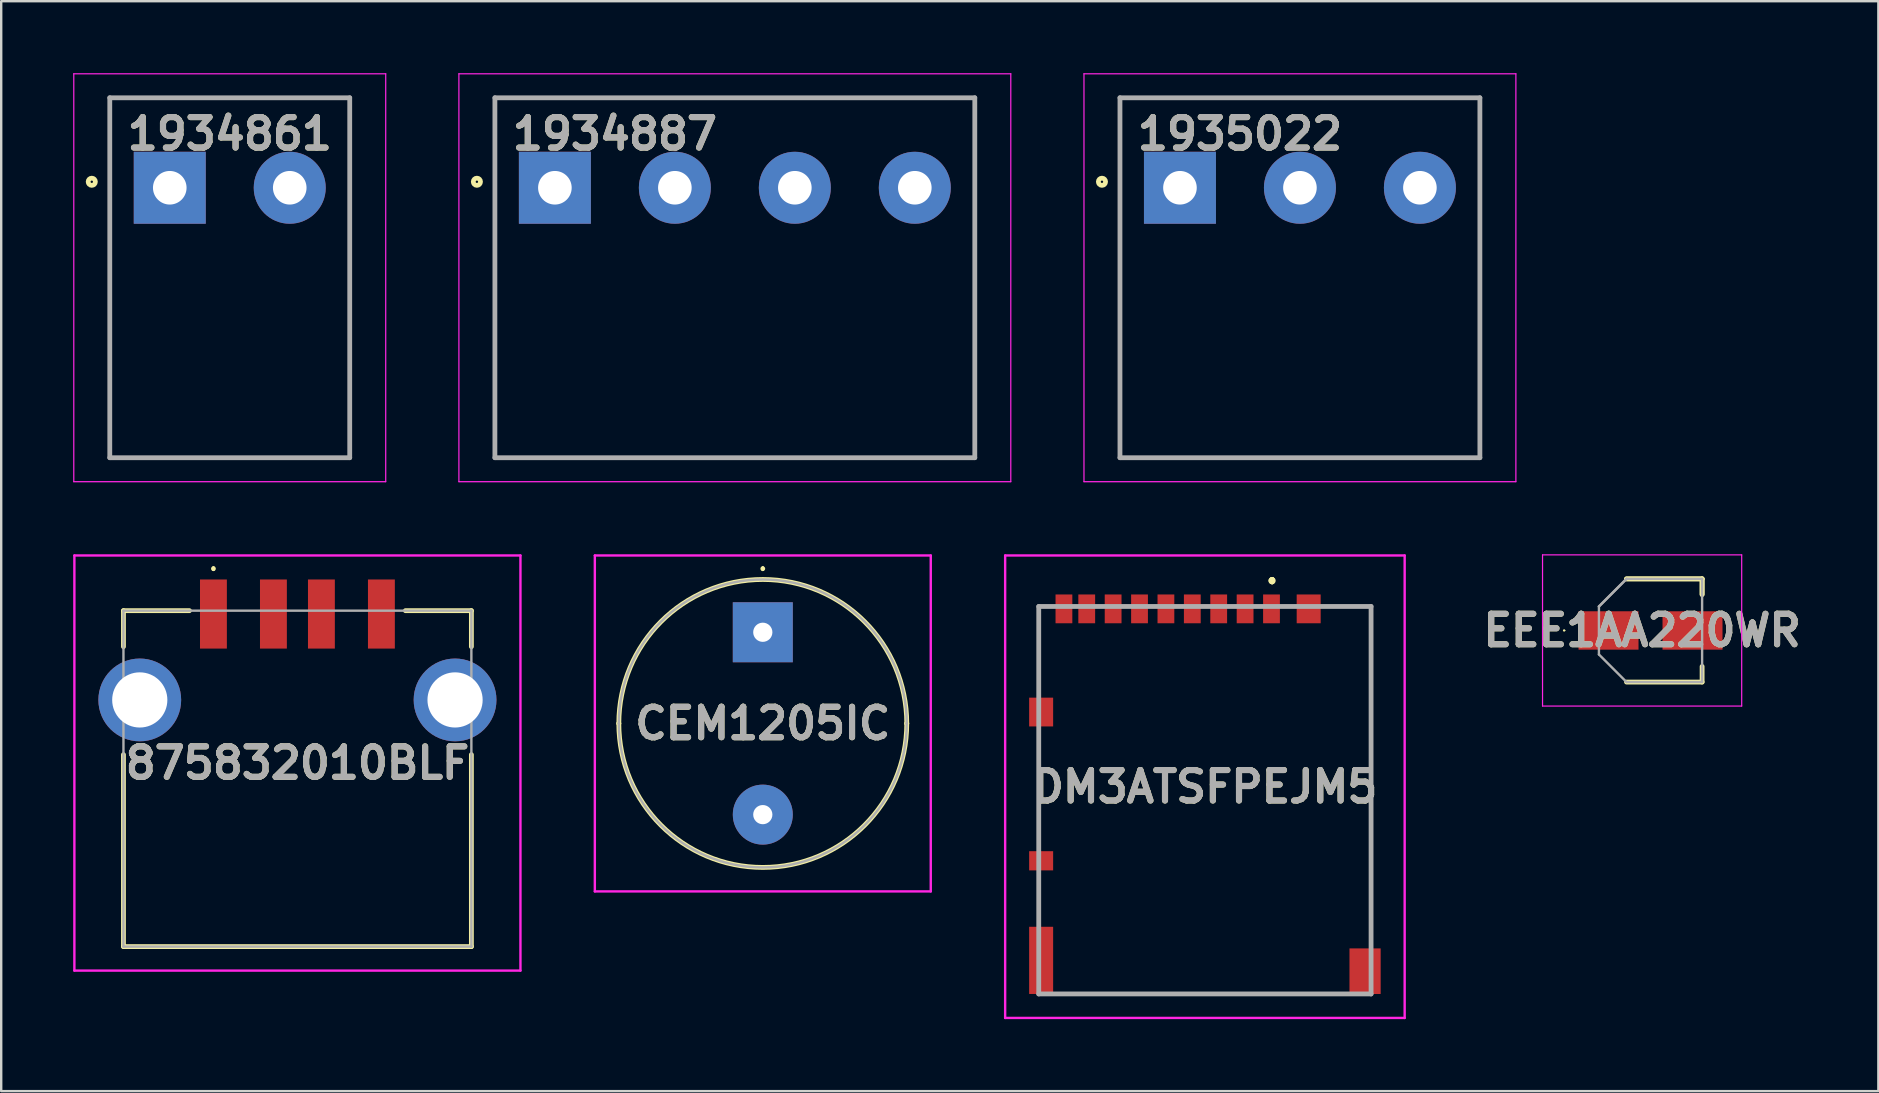
<source format=kicad_pcb>
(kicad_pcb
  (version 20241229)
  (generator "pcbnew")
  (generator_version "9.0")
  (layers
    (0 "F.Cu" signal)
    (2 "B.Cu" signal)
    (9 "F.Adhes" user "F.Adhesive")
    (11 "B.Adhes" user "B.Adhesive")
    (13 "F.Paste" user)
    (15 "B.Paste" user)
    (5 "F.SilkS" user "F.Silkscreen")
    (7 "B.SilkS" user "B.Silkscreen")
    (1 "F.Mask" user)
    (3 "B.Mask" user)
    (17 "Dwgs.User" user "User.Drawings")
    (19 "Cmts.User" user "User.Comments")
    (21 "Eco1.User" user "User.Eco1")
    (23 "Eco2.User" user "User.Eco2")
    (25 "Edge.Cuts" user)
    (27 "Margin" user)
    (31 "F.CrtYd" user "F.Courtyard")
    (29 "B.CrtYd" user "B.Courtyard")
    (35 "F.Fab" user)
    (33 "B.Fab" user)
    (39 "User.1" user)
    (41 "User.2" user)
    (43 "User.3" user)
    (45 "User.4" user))
  (footprint "1934861"
    (layer "F.Cu")
    (at 4.025 6.025)
    (property "Reference" "1934861" (at 2.5 -3.5 0) (layer "F.SilkS") (effects (font (size 1.27 1.27) (thickness 0.254))))
    (attr through_hole)
    (fp_line (start -2.5 -5) (end 7.5 -5) (stroke (width 0.1) (type solid)) (layer "F.SilkS"))
    (fp_line (start -2.5 10) (end -2.5 -5) (stroke (width 0.1) (type solid)) (layer "F.SilkS"))
    (fp_line (start 7.5 -5) (end 7.5 10) (stroke (width 0.1) (type solid)) (layer "F.SilkS"))
    (fp_line (start 7.5 10) (end -2.5 10) (stroke (width 0.1) (type solid)) (layer "F.SilkS"))
    (fp_circle (center -3.25 -1.5) (end -3.25 -1.45) (stroke (width 0.2) (type solid)) (fill no) (layer "F.SilkS"))
    (fp_line (start -4 -6) (end 9 -6) (stroke (width 0.05) (type solid)) (layer "F.CrtYd"))
    (fp_line (start -4 11) (end -4 -6) (stroke (width 0.05) (type solid)) (layer "F.CrtYd"))
    (fp_line (start 9 -6) (end 9 11) (stroke (width 0.05) (type solid)) (layer "F.CrtYd"))
    (fp_line (start 9 11) (end -4 11) (stroke (width 0.05) (type solid)) (layer "F.CrtYd"))
    (fp_line (start -2.5 -5) (end 7.5 -5) (stroke (width 0.2) (type solid)) (layer "F.Fab"))
    (fp_line (start -2.5 10) (end -2.5 -5) (stroke (width 0.2) (type solid)) (layer "F.Fab"))
    (fp_line (start 7.5 -5) (end 7.5 10) (stroke (width 0.2) (type solid)) (layer "F.Fab"))
    (fp_line (start 7.5 10) (end -2.5 10) (stroke (width 0.2) (type solid)) (layer "F.Fab"))
    (fp_text user "${REFERENCE}" (at 2.5 -3.5 0) (layer "F.Fab") (effects (font (size 1.27 1.27) (thickness 0.254))))
    (pad "1" thru_hole rect (at 0 -1.25) (size 3 3) (drill 1.4) (layers "*.Cu" "*.Mask"))
    (pad "2" thru_hole circle (at 5 -1.25) (size 3 3) (drill 1.4) (layers "*.Cu" "*.Mask")))
  (footprint "DM3ATSFPEJM5"
    (layer "F.Cu")
    (at 47.165 29.737)
    (property "Reference" "DM3ATSFPEJM5" (at 0 0 0) (layer "F.SilkS") (effects (font (size 1.27 1.27) (thickness 0.254))))
    (attr smd)
    (fp_line (start -6.925 -7.512) (end -6.925 -4.438) (stroke (width 0.1) (type solid)) (layer "F.SilkS"))
    (fp_line (start -6.925 -1.938) (end -6.925 2.063) (stroke (width 0.1) (type solid)) (layer "F.SilkS"))
    (fp_line (start -6.925 4.063) (end -6.925 5.313) (stroke (width 0.1) (type solid)) (layer "F.SilkS"))
    (fp_line (start 2.8 -8.637) (end 2.8 -8.637) (stroke (width 0.2) (type solid)) (layer "F.SilkS"))
    (fp_line (start 2.8 -8.637) (end 2.8 -8.637) (stroke (width 0.2) (type solid)) (layer "F.SilkS"))
    (fp_line (start 2.8 -8.537) (end 2.8 -8.537) (stroke (width 0.2) (type solid)) (layer "F.SilkS"))
    (fp_line (start 5.5 -7.512) (end 6.925 -7.512) (stroke (width 0.1) (type solid)) (layer "F.SilkS"))
    (fp_line (start 5.5 8.637) (end -5.75 8.637) (stroke (width 0.1) (type solid)) (layer "F.SilkS"))
    (fp_line (start 6.925 -7.512) (end 6.925 6.313) (stroke (width 0.1) (type solid)) (layer "F.SilkS"))
    (fp_arc (start 2.8 -8.637) (mid 2.85 -8.587) (end 2.8 -8.537) (stroke (width 0.2) (type solid)) (layer "F.SilkS"))
    (fp_arc (start 2.8 -8.537) (mid 2.75 -8.587) (end 2.8 -8.637) (stroke (width 0.2) (type solid)) (layer "F.SilkS"))
    (fp_arc (start 2.8 -8.537) (mid 2.75 -8.587) (end 2.8 -8.637) (stroke (width 0.2) (type solid)) (layer "F.SilkS"))
    (fp_line (start -8.325 -9.637) (end 8.325 -9.637) (stroke (width 0.1) (type solid)) (layer "F.CrtYd"))
    (fp_line (start -8.325 9.637) (end -8.325 -9.637) (stroke (width 0.1) (type solid)) (layer "F.CrtYd"))
    (fp_line (start 8.325 -9.637) (end 8.325 9.637) (stroke (width 0.1) (type solid)) (layer "F.CrtYd"))
    (fp_line (start 8.325 9.637) (end -8.325 9.637) (stroke (width 0.1) (type solid)) (layer "F.CrtYd"))
    (fp_line (start -6.925 -7.512) (end 6.925 -7.512) (stroke (width 0.2) (type solid)) (layer "F.Fab"))
    (fp_line (start -6.925 8.637) (end -6.925 -7.512) (stroke (width 0.2) (type solid)) (layer "F.Fab"))
    (fp_line (start 6.925 -7.512) (end 6.925 8.637) (stroke (width 0.2) (type solid)) (layer "F.Fab"))
    (fp_line (start 6.925 8.637) (end -6.925 8.637) (stroke (width 0.2) (type solid)) (layer "F.Fab"))
    (fp_text user "${REFERENCE}" (at 0 0 0) (layer "F.Fab") (effects (font (size 1.27 1.27) (thickness 0.254))))
    (pad "1" smd rect (at 2.775 -7.412) (size 0.7 1.2) (layers "F.Cu" "F.Mask" "F.Paste"))
    (pad "2" smd rect (at 1.675 -7.412) (size 0.7 1.2) (layers "F.Cu" "F.Mask" "F.Paste"))
    (pad "3" smd rect (at 0.575 -7.412) (size 0.7 1.2) (layers "F.Cu" "F.Mask" "F.Paste"))
    (pad "4" smd rect (at -0.525 -7.412) (size 0.7 1.2) (layers "F.Cu" "F.Mask" "F.Paste"))
    (pad "5" smd rect (at -1.625 -7.412) (size 0.7 1.2) (layers "F.Cu" "F.Mask" "F.Paste"))
    (pad "6" smd rect (at -2.725 -7.412) (size 0.7 1.2) (layers "F.Cu" "F.Mask" "F.Paste"))
    (pad "7" smd rect (at -3.825 -7.412) (size 0.7 1.2) (layers "F.Cu" "F.Mask" "F.Paste"))
    (pad "8" smd rect (at -4.925 -7.412) (size 0.7 1.2) (layers "F.Cu" "F.Mask" "F.Paste"))
    (pad "MP1" smd rect (at 4.325 -7.412) (size 1 1.2) (layers "F.Cu" "F.Mask" "F.Paste"))
    (pad "MP2" smd rect (at -5.875 -7.412) (size 0.7 1.2) (layers "F.Cu" "F.Mask" "F.Paste"))
    (pad "MP3" smd rect (at -6.825 -3.112) (size 1 1.2) (layers "F.Cu" "F.Mask" "F.Paste"))
    (pad "MP4" smd rect (at -6.825 3.087 90) (size 0.8 1) (layers "F.Cu" "F.Mask" "F.Paste"))
    (pad "MP5" smd rect (at -6.825 7.237) (size 1 2.8) (layers "F.Cu" "F.Mask" "F.Paste"))
    (pad "MP6" smd rect (at 6.675 7.688) (size 1.3 1.9) (layers "F.Cu" "F.Mask" "F.Paste")))
  (footprint "EEE1AA220WR"
    (layer "F.Cu")
    (at 65.736 23.225)
    (property "Reference" "EEE1AA220WR" (at -0.35 0 0) (layer "F.SilkS") (effects (font (size 1.27 1.27) (thickness 0.254))))
    (attr smd)
    (fp_line (start -3.625 0) (end -3.625 0) (stroke (width 0.05) (type solid)) (layer "F.SilkS"))
    (fp_line (start -3.575 0) (end -3.575 0) (stroke (width 0.05) (type solid)) (layer "F.SilkS"))
    (fp_line (start -1 -2.15) (end 2.15 -2.15) (stroke (width 0.2) (type solid)) (layer "F.SilkS"))
    (fp_line (start -1 2.15) (end 2.15 2.15) (stroke (width 0.2) (type solid)) (layer "F.SilkS"))
    (fp_line (start 2.15 -2.15) (end -1 -2.15) (stroke (width 0.2) (type solid)) (layer "F.SilkS"))
    (fp_line (start 2.15 -2.15) (end 2.15 -1.5) (stroke (width 0.2) (type solid)) (layer "F.SilkS"))
    (fp_line (start 2.15 -1.5) (end 2.15 -2.15) (stroke (width 0.2) (type solid)) (layer "F.SilkS"))
    (fp_line (start 2.15 2.15) (end 2.15 1.5) (stroke (width 0.2) (type solid)) (layer "F.SilkS"))
    (fp_arc (start -3.625 0) (mid -3.6 -0.025) (end -3.575 0) (stroke (width 0.05) (type solid)) (layer "F.SilkS"))
    (fp_arc (start -3.575 0) (mid -3.6 0.025) (end -3.625 0) (stroke (width 0.05) (type solid)) (layer "F.SilkS"))
    (fp_line (start -4.5 -3.15) (end 3.8 -3.15) (stroke (width 0.05) (type solid)) (layer "F.CrtYd"))
    (fp_line (start -4.5 3.15) (end -4.5 -3.15) (stroke (width 0.05) (type solid)) (layer "F.CrtYd"))
    (fp_line (start 3.8 -3.15) (end 3.8 3.15) (stroke (width 0.05) (type solid)) (layer "F.CrtYd"))
    (fp_line (start 3.8 3.15) (end -4.5 3.15) (stroke (width 0.05) (type solid)) (layer "F.CrtYd"))
    (fp_line (start -2.15 -1) (end -1 -2.15) (stroke (width 0.1) (type solid)) (layer "F.Fab"))
    (fp_line (start -2.15 -1) (end -1 -2.15) (stroke (width 0.1) (type solid)) (layer "F.Fab"))
    (fp_line (start -2.15 1) (end -2.15 -1) (stroke (width 0.1) (type solid)) (layer "F.Fab"))
    (fp_line (start -1 -2.15) (end 2.15 -2.15) (stroke (width 0.1) (type solid)) (layer "F.Fab"))
    (fp_line (start -1 2.15) (end -2.15 1) (stroke (width 0.1) (type solid)) (layer "F.Fab"))
    (fp_line (start 2.15 -2.15) (end 2.15 2.15) (stroke (width 0.1) (type solid)) (layer "F.Fab"))
    (fp_line (start 2.15 2.15) (end -1 2.15) (stroke (width 0.1) (type solid)) (layer "F.Fab"))
    (fp_text user "${REFERENCE}" (at -0.35 0 0) (layer "F.Fab") (effects (font (size 1.27 1.27) (thickness 0.254))))
    (pad "1" smd rect (at -1.75 0 90) (size 1.6 2.5) (layers "F.Cu" "F.Mask" "F.Paste"))
    (pad "2" smd rect (at 1.75 0 90) (size 1.6 2.5) (layers "F.Cu" "F.Mask" "F.Paste")))
  (footprint "1935022"
    (layer "F.Cu")
    (at 46.125 6.025)
    (property "Reference" "1935022" (at 2.5 -3.5 0) (layer "F.SilkS") (effects (font (size 1.27 1.27) (thickness 0.254))))
    (attr through_hole)
    (fp_line (start -2.5 -5) (end 12.5 -5) (stroke (width 0.1) (type solid)) (layer "F.SilkS"))
    (fp_line (start -2.5 10) (end -2.5 -5) (stroke (width 0.1) (type solid)) (layer "F.SilkS"))
    (fp_line (start 12.5 -5) (end 12.5 10) (stroke (width 0.1) (type solid)) (layer "F.SilkS"))
    (fp_line (start 12.5 10) (end -2.5 10) (stroke (width 0.1) (type solid)) (layer "F.SilkS"))
    (fp_circle (center -3.25 -1.5) (end -3.25 -1.45) (stroke (width 0.2) (type solid)) (fill no) (layer "F.SilkS"))
    (fp_line (start -4 -6) (end 14 -6) (stroke (width 0.05) (type solid)) (layer "F.CrtYd"))
    (fp_line (start -4 11) (end -4 -6) (stroke (width 0.05) (type solid)) (layer "F.CrtYd"))
    (fp_line (start 14 -6) (end 14 11) (stroke (width 0.05) (type solid)) (layer "F.CrtYd"))
    (fp_line (start 14 11) (end -4 11) (stroke (width 0.05) (type solid)) (layer "F.CrtYd"))
    (fp_line (start -2.5 -5) (end 12.5 -5) (stroke (width 0.2) (type solid)) (layer "F.Fab"))
    (fp_line (start -2.5 10) (end -2.5 -5) (stroke (width 0.2) (type solid)) (layer "F.Fab"))
    (fp_line (start 12.5 -5) (end 12.5 10) (stroke (width 0.2) (type solid)) (layer "F.Fab"))
    (fp_line (start 12.5 10) (end -2.5 10) (stroke (width 0.2) (type solid)) (layer "F.Fab"))
    (fp_text user "${REFERENCE}" (at 2.5 -3.5 0) (layer "F.Fab") (effects (font (size 1.27 1.27) (thickness 0.254))))
    (pad "1" thru_hole rect (at 0 -1.25) (size 3 3) (drill 1.4) (layers "*.Cu" "*.Mask"))
    (pad "2" thru_hole circle (at 5 -1.25) (size 3 3) (drill 1.4) (layers "*.Cu" "*.Mask"))
    (pad "3" thru_hole circle (at 10 -1.25) (size 3 3) (drill 1.4) (layers "*.Cu" "*.Mask")))
  (footprint "1934887"
    (layer "F.Cu")
    (at 20.075 6.025)
    (property "Reference" "1934887" (at 2.5 -3.5 0) (layer "F.SilkS") (effects (font (size 1.27 1.27) (thickness 0.254))))
    (attr through_hole)
    (fp_line (start -2.5 -5) (end 17.5 -5) (stroke (width 0.1) (type solid)) (layer "F.SilkS"))
    (fp_line (start -2.5 10) (end -2.5 -5) (stroke (width 0.1) (type solid)) (layer "F.SilkS"))
    (fp_line (start 17.5 -5) (end 17.5 10) (stroke (width 0.1) (type solid)) (layer "F.SilkS"))
    (fp_line (start 17.5 10) (end -2.5 10) (stroke (width 0.1) (type solid)) (layer "F.SilkS"))
    (fp_circle (center -3.25 -1.5) (end -3.25 -1.45) (stroke (width 0.2) (type solid)) (fill no) (layer "F.SilkS"))
    (fp_line (start -4 -6) (end 19 -6) (stroke (width 0.05) (type solid)) (layer "F.CrtYd"))
    (fp_line (start -4 11) (end -4 -6) (stroke (width 0.05) (type solid)) (layer "F.CrtYd"))
    (fp_line (start 19 -6) (end 19 11) (stroke (width 0.05) (type solid)) (layer "F.CrtYd"))
    (fp_line (start 19 11) (end -4 11) (stroke (width 0.05) (type solid)) (layer "F.CrtYd"))
    (fp_line (start -2.5 -5) (end 17.5 -5) (stroke (width 0.2) (type solid)) (layer "F.Fab"))
    (fp_line (start -2.5 10) (end -2.5 -5) (stroke (width 0.2) (type solid)) (layer "F.Fab"))
    (fp_line (start 17.5 -5) (end 17.5 10) (stroke (width 0.2) (type solid)) (layer "F.Fab"))
    (fp_line (start 17.5 10) (end -2.5 10) (stroke (width 0.2) (type solid)) (layer "F.Fab"))
    (fp_text user "${REFERENCE}" (at 2.5 -3.5 0) (layer "F.Fab") (effects (font (size 1.27 1.27) (thickness 0.254))))
    (pad "1" thru_hole rect (at 0 -1.25) (size 3 3) (drill 1.4) (layers "*.Cu" "*.Mask"))
    (pad "2" thru_hole circle (at 5 -1.25) (size 3 3) (drill 1.4) (layers "*.Cu" "*.Mask"))
    (pad "3" thru_hole circle (at 10 -1.25) (size 3 3) (drill 1.4) (layers "*.Cu" "*.Mask"))
    (pad "4" thru_hole circle (at 15 -1.25) (size 3 3) (drill 1.4) (layers "*.Cu" "*.Mask")))
  (footprint "CEM1205IC"
    (layer "F.Cu")
    (at 28.74 23.3)
    (property "Reference" "CEM1205IC" (at 0 3.8 0) (layer "F.SilkS") (effects (font (size 1.27 1.27) (thickness 0.254))))
    (attr through_hole)
    (fp_line (start -6 3.8) (end -6 3.8) (stroke (width 0.2) (type solid)) (layer "F.SilkS"))
    (fp_line (start 0 -2.7) (end 0 -2.7) (stroke (width 0.1) (type solid)) (layer "F.SilkS"))
    (fp_line (start 0 -2.6) (end 0 -2.6) (stroke (width 0.1) (type solid)) (layer "F.SilkS"))
    (fp_line (start 6 3.8) (end 6 3.8) (stroke (width 0.2) (type solid)) (layer "F.SilkS"))
    (fp_arc (start -6 3.8) (mid 0 -2.2) (end 6 3.8) (stroke (width 0.2) (type solid)) (layer "F.SilkS"))
    (fp_arc (start 0 -2.7) (mid 0.05 -2.65) (end 0 -2.6) (stroke (width 0.1) (type solid)) (layer "F.SilkS"))
    (fp_arc (start 0 -2.6) (mid -0.05 -2.65) (end 0 -2.7) (stroke (width 0.1) (type solid)) (layer "F.SilkS"))
    (fp_arc (start 6 3.8) (mid 0 9.8) (end -6 3.8) (stroke (width 0.2) (type solid)) (layer "F.SilkS"))
    (fp_line (start -7 -3.2) (end 7 -3.2) (stroke (width 0.1) (type solid)) (layer "F.CrtYd"))
    (fp_line (start -7 10.8) (end -7 -3.2) (stroke (width 0.1) (type solid)) (layer "F.CrtYd"))
    (fp_line (start 7 -3.2) (end 7 10.8) (stroke (width 0.1) (type solid)) (layer "F.CrtYd"))
    (fp_line (start 7 10.8) (end -7 10.8) (stroke (width 0.1) (type solid)) (layer "F.CrtYd"))
    (fp_line (start -6 3.8) (end -6 3.8) (stroke (width 0.1) (type solid)) (layer "F.Fab"))
    (fp_line (start 6 3.8) (end 6 3.8) (stroke (width 0.1) (type solid)) (layer "F.Fab"))
    (fp_arc (start -6 3.8) (mid 0 -2.2) (end 6 3.8) (stroke (width 0.1) (type solid)) (layer "F.Fab"))
    (fp_arc (start 6 3.8) (mid 0 9.8) (end -6 3.8) (stroke (width 0.1) (type solid)) (layer "F.Fab"))
    (fp_text user "${REFERENCE}" (at 0 3.8 0) (layer "F.Fab") (effects (font (size 1.27 1.27) (thickness 0.254))))
    (pad "1" thru_hole rect (at 0 0) (size 2.5 2.5) (drill 0.8) (layers "*.Cu" "*.Mask"))
    (pad "2" thru_hole circle (at 0 7.6) (size 2.5 2.5) (drill 0.8) (layers "*.Cu" "*.Mask")))
  (footprint "875832010BLF"
    (layer "F.Cu")
    (at 9.345 29.4)
    (property "Reference" "875832010BLF" (at 0 -0.65 0) (layer "F.SilkS") (effects (font (size 1.27 1.27) (thickness 0.254))))
    (attr through_hole)
    (fp_line (start -7.25 -7) (end -7.25 -5.5) (stroke (width 0.2) (type solid)) (layer "F.SilkS"))
    (fp_line (start -7.25 -1) (end -7.25 7) (stroke (width 0.2) (type solid)) (layer "F.SilkS"))
    (fp_line (start -7.25 7) (end 7.25 7) (stroke (width 0.2) (type solid)) (layer "F.SilkS"))
    (fp_line (start -4.5 -7) (end -7.25 -7) (stroke (width 0.2) (type solid)) (layer "F.SilkS"))
    (fp_line (start -3.5 -8.8) (end -3.5 -8.8) (stroke (width 0.1) (type solid)) (layer "F.SilkS"))
    (fp_line (start -3.5 -8.7) (end -3.5 -8.7) (stroke (width 0.1) (type solid)) (layer "F.SilkS"))
    (fp_line (start 4.5 -7) (end 7.25 -7) (stroke (width 0.2) (type solid)) (layer "F.SilkS"))
    (fp_line (start 7.25 -7) (end 7.25 -5.5) (stroke (width 0.2) (type solid)) (layer "F.SilkS"))
    (fp_line (start 7.25 7) (end 7.25 -1) (stroke (width 0.2) (type solid)) (layer "F.SilkS"))
    (fp_arc (start -3.5 -8.8) (mid -3.45 -8.75) (end -3.5 -8.7) (stroke (width 0.1) (type solid)) (layer "F.SilkS"))
    (fp_arc (start -3.5 -8.7) (mid -3.55 -8.75) (end -3.5 -8.8) (stroke (width 0.1) (type solid)) (layer "F.SilkS"))
    (fp_line (start -9.295 -9.3) (end 9.295 -9.3) (stroke (width 0.1) (type solid)) (layer "F.CrtYd"))
    (fp_line (start -9.295 8) (end -9.295 -9.3) (stroke (width 0.1) (type solid)) (layer "F.CrtYd"))
    (fp_line (start 9.295 -9.3) (end 9.295 8) (stroke (width 0.1) (type solid)) (layer "F.CrtYd"))
    (fp_line (start 9.295 8) (end -9.295 8) (stroke (width 0.1) (type solid)) (layer "F.CrtYd"))
    (fp_line (start -7.25 -7) (end 7.25 -7) (stroke (width 0.1) (type solid)) (layer "F.Fab"))
    (fp_line (start -7.25 7) (end -7.25 -7) (stroke (width 0.1) (type solid)) (layer "F.Fab"))
    (fp_line (start 7.25 -7) (end 7.25 7) (stroke (width 0.1) (type solid)) (layer "F.Fab"))
    (fp_line (start 7.25 7) (end -7.25 7) (stroke (width 0.1) (type solid)) (layer "F.Fab"))
    (fp_text user "${REFERENCE}" (at 0 -0.65 0) (layer "F.Fab") (effects (font (size 1.27 1.27) (thickness 0.254))))
    (pad "1" smd rect (at -3.5 -6.86) (size 1.12 2.88) (layers "F.Cu" "F.Mask" "F.Paste"))
    (pad "2" smd rect (at -1 -6.86) (size 1.12 2.88) (layers "F.Cu" "F.Mask" "F.Paste"))
    (pad "3" smd rect (at 1 -6.86) (size 1.12 2.88) (layers "F.Cu" "F.Mask" "F.Paste"))
    (pad "4" smd rect (at 3.5 -6.86) (size 1.12 2.88) (layers "F.Cu" "F.Mask" "F.Paste"))
    (pad "MH1" thru_hole circle (at -6.57 -3.28) (size 3.45 3.45) (drill 2.3) (layers "*.Cu" "*.Mask"))
    (pad "MH2" thru_hole circle (at 6.57 -3.28) (size 3.45 3.45) (drill 2.3) (layers "*.Cu" "*.Mask")))
  (gr_rect
    (start -3 -3)
    (end 75.232 42.424)
    (stroke (width 0.1) (type default))
    (fill no)
    (layer "Edge.Cuts")))
</source>
